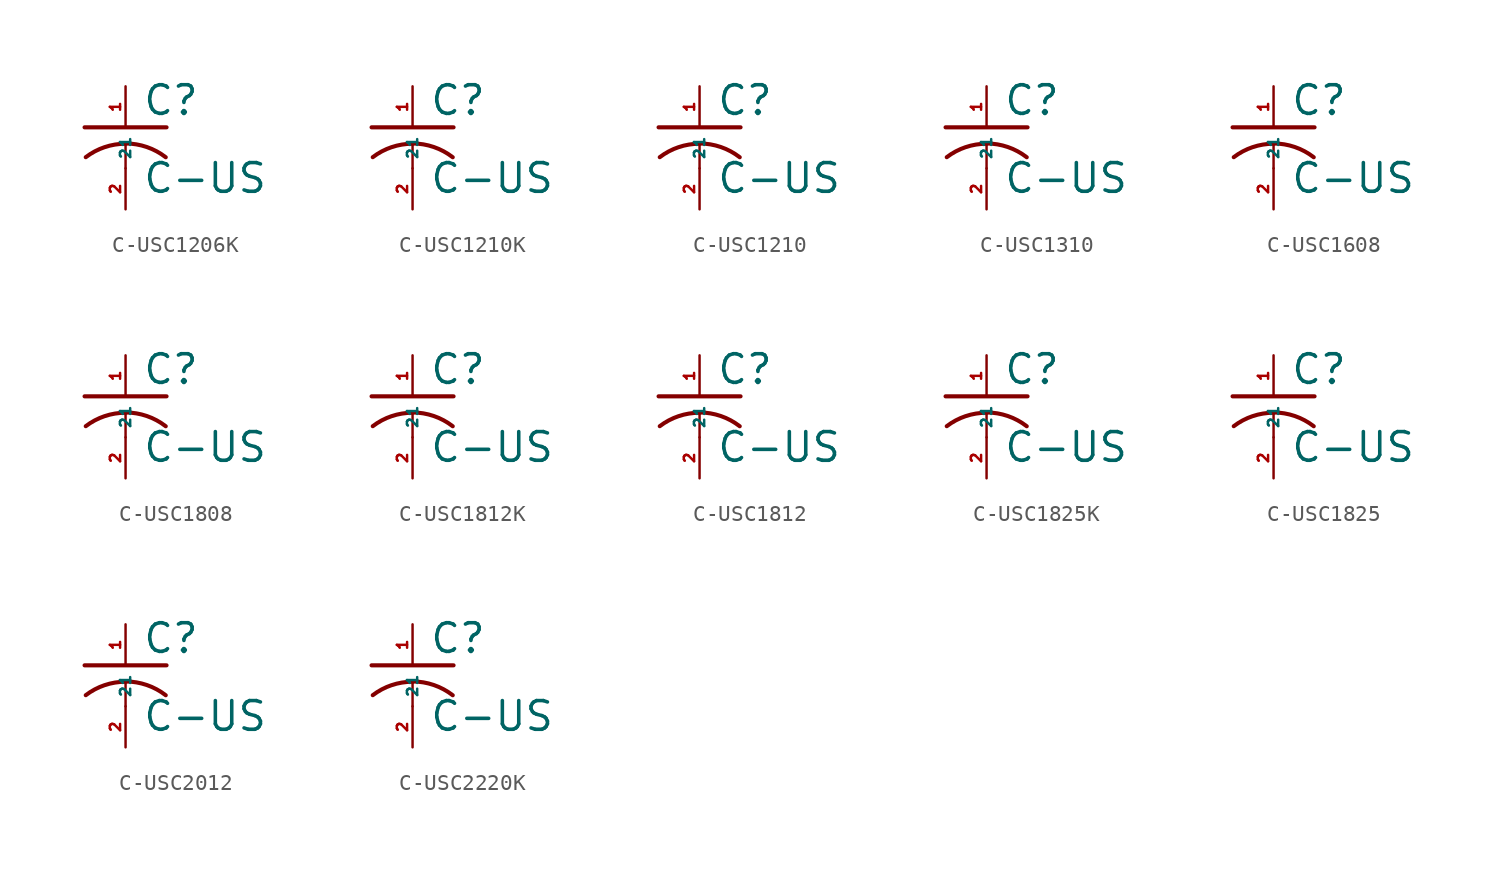
<source format=kicad_sym>
(kicad_symbol_lib
  (version 20220914)
  (generator Eagle2Kicad)
  (symbol "C-USC1206K"
    (property "Reference" "C"
      (at 1.016 0.635 0)
      (effects (font (size 1.778 1.778) (thickness 0.22)) (justify left bottom)))
    (property "Value" "C-US"
      (at 1.016 -4.191 0)
      (effects (font (size 1.778 1.778) (thickness 0.22)) (justify left bottom)))
    (polyline
      (pts (xy -2.54 0) (xy 2.54 0))
      (stroke (width 0.254) (type default))
      (fill (type none)))
    (polyline
      (pts (xy 0 -1.016) (xy 0 -2.54))
      (stroke (width 0.152) (type default))
      (fill (type none)))
    (arc
      (start 2.4892 -1.8542)
      (mid 1.316 -1.220)
      (end 0 -1)
      (stroke (width 0.254) (type default))
      (fill (type none)))
    (arc
      (start 0 -1.0161)
      (mid -1.302 -1.230)
      (end -2.4668 -1.8504)
      (stroke (width 0.254) (type default))
      (fill (type none)))
    (pin passive line
      (at 0 2.54 270)
      (length 2.54)
      (name "1" (effects (font (size 0.635 0.635) (thickness 0.08)) (justify left bottom)))
      (number "1" (effects (font (size 0.635 0.635) (thickness 0.08)) (justify left bottom))))
    (pin passive line
      (at 0 -5.08 90)
      (length 2.54)
      (name "2" (effects (font (size 0.635 0.635) (thickness 0.08)) (justify left bottom)))
      (number "2" (effects (font (size 0.635 0.635) (thickness 0.08)) (justify left bottom)))))
  (symbol "C-USC1210K"
    (property "Reference" "C"
      (at 1.016 0.635 0)
      (effects (font (size 1.778 1.778) (thickness 0.22)) (justify left bottom)))
    (property "Value" "C-US"
      (at 1.016 -4.191 0)
      (effects (font (size 1.778 1.778) (thickness 0.22)) (justify left bottom)))
    (polyline
      (pts (xy -2.54 0) (xy 2.54 0))
      (stroke (width 0.254) (type default))
      (fill (type none)))
    (polyline
      (pts (xy 0 -1.016) (xy 0 -2.54))
      (stroke (width 0.152) (type default))
      (fill (type none)))
    (arc
      (start 2.4892 -1.8542)
      (mid 1.316 -1.220)
      (end 0 -1)
      (stroke (width 0.254) (type default))
      (fill (type none)))
    (arc
      (start 0 -1.0161)
      (mid -1.302 -1.230)
      (end -2.4668 -1.8504)
      (stroke (width 0.254) (type default))
      (fill (type none)))
    (pin passive line
      (at 0 2.54 270)
      (length 2.54)
      (name "1" (effects (font (size 0.635 0.635) (thickness 0.08)) (justify left bottom)))
      (number "1" (effects (font (size 0.635 0.635) (thickness 0.08)) (justify left bottom))))
    (pin passive line
      (at 0 -5.08 90)
      (length 2.54)
      (name "2" (effects (font (size 0.635 0.635) (thickness 0.08)) (justify left bottom)))
      (number "2" (effects (font (size 0.635 0.635) (thickness 0.08)) (justify left bottom)))))
  (symbol "C-USC1210"
    (property "Reference" "C"
      (at 1.016 0.635 0)
      (effects (font (size 1.778 1.778) (thickness 0.22)) (justify left bottom)))
    (property "Value" "C-US"
      (at 1.016 -4.191 0)
      (effects (font (size 1.778 1.778) (thickness 0.22)) (justify left bottom)))
    (polyline
      (pts (xy -2.54 0) (xy 2.54 0))
      (stroke (width 0.254) (type default))
      (fill (type none)))
    (polyline
      (pts (xy 0 -1.016) (xy 0 -2.54))
      (stroke (width 0.152) (type default))
      (fill (type none)))
    (arc
      (start 2.4892 -1.8542)
      (mid 1.316 -1.220)
      (end 0 -1)
      (stroke (width 0.254) (type default))
      (fill (type none)))
    (arc
      (start 0 -1.0161)
      (mid -1.302 -1.230)
      (end -2.4668 -1.8504)
      (stroke (width 0.254) (type default))
      (fill (type none)))
    (pin passive line
      (at 0 2.54 270)
      (length 2.54)
      (name "1" (effects (font (size 0.635 0.635) (thickness 0.08)) (justify left bottom)))
      (number "1" (effects (font (size 0.635 0.635) (thickness 0.08)) (justify left bottom))))
    (pin passive line
      (at 0 -5.08 90)
      (length 2.54)
      (name "2" (effects (font (size 0.635 0.635) (thickness 0.08)) (justify left bottom)))
      (number "2" (effects (font (size 0.635 0.635) (thickness 0.08)) (justify left bottom)))))
  (symbol "C-USC1310"
    (property "Reference" "C"
      (at 1.016 0.635 0)
      (effects (font (size 1.778 1.778) (thickness 0.22)) (justify left bottom)))
    (property "Value" "C-US"
      (at 1.016 -4.191 0)
      (effects (font (size 1.778 1.778) (thickness 0.22)) (justify left bottom)))
    (polyline
      (pts (xy -2.54 0) (xy 2.54 0))
      (stroke (width 0.254) (type default))
      (fill (type none)))
    (polyline
      (pts (xy 0 -1.016) (xy 0 -2.54))
      (stroke (width 0.152) (type default))
      (fill (type none)))
    (arc
      (start 2.4892 -1.8542)
      (mid 1.316 -1.220)
      (end 0 -1)
      (stroke (width 0.254) (type default))
      (fill (type none)))
    (arc
      (start 0 -1.0161)
      (mid -1.302 -1.230)
      (end -2.4668 -1.8504)
      (stroke (width 0.254) (type default))
      (fill (type none)))
    (pin passive line
      (at 0 2.54 270)
      (length 2.54)
      (name "1" (effects (font (size 0.635 0.635) (thickness 0.08)) (justify left bottom)))
      (number "1" (effects (font (size 0.635 0.635) (thickness 0.08)) (justify left bottom))))
    (pin passive line
      (at 0 -5.08 90)
      (length 2.54)
      (name "2" (effects (font (size 0.635 0.635) (thickness 0.08)) (justify left bottom)))
      (number "2" (effects (font (size 0.635 0.635) (thickness 0.08)) (justify left bottom)))))
  (symbol "C-USC1608"
    (property "Reference" "C"
      (at 1.016 0.635 0)
      (effects (font (size 1.778 1.778) (thickness 0.22)) (justify left bottom)))
    (property "Value" "C-US"
      (at 1.016 -4.191 0)
      (effects (font (size 1.778 1.778) (thickness 0.22)) (justify left bottom)))
    (polyline
      (pts (xy -2.54 0) (xy 2.54 0))
      (stroke (width 0.254) (type default))
      (fill (type none)))
    (polyline
      (pts (xy 0 -1.016) (xy 0 -2.54))
      (stroke (width 0.152) (type default))
      (fill (type none)))
    (arc
      (start 2.4892 -1.8542)
      (mid 1.316 -1.220)
      (end 0 -1)
      (stroke (width 0.254) (type default))
      (fill (type none)))
    (arc
      (start 0 -1.0161)
      (mid -1.302 -1.230)
      (end -2.4668 -1.8504)
      (stroke (width 0.254) (type default))
      (fill (type none)))
    (pin passive line
      (at 0 2.54 270)
      (length 2.54)
      (name "1" (effects (font (size 0.635 0.635) (thickness 0.08)) (justify left bottom)))
      (number "1" (effects (font (size 0.635 0.635) (thickness 0.08)) (justify left bottom))))
    (pin passive line
      (at 0 -5.08 90)
      (length 2.54)
      (name "2" (effects (font (size 0.635 0.635) (thickness 0.08)) (justify left bottom)))
      (number "2" (effects (font (size 0.635 0.635) (thickness 0.08)) (justify left bottom)))))
  (symbol "C-USC1808"
    (property "Reference" "C"
      (at 1.016 0.635 0)
      (effects (font (size 1.778 1.778) (thickness 0.22)) (justify left bottom)))
    (property "Value" "C-US"
      (at 1.016 -4.191 0)
      (effects (font (size 1.778 1.778) (thickness 0.22)) (justify left bottom)))
    (polyline
      (pts (xy -2.54 0) (xy 2.54 0))
      (stroke (width 0.254) (type default))
      (fill (type none)))
    (polyline
      (pts (xy 0 -1.016) (xy 0 -2.54))
      (stroke (width 0.152) (type default))
      (fill (type none)))
    (arc
      (start 2.4892 -1.8542)
      (mid 1.316 -1.220)
      (end 0 -1)
      (stroke (width 0.254) (type default))
      (fill (type none)))
    (arc
      (start 0 -1.0161)
      (mid -1.302 -1.230)
      (end -2.4668 -1.8504)
      (stroke (width 0.254) (type default))
      (fill (type none)))
    (pin passive line
      (at 0 2.54 270)
      (length 2.54)
      (name "1" (effects (font (size 0.635 0.635) (thickness 0.08)) (justify left bottom)))
      (number "1" (effects (font (size 0.635 0.635) (thickness 0.08)) (justify left bottom))))
    (pin passive line
      (at 0 -5.08 90)
      (length 2.54)
      (name "2" (effects (font (size 0.635 0.635) (thickness 0.08)) (justify left bottom)))
      (number "2" (effects (font (size 0.635 0.635) (thickness 0.08)) (justify left bottom)))))
  (symbol "C-USC1812K"
    (property "Reference" "C"
      (at 1.016 0.635 0)
      (effects (font (size 1.778 1.778) (thickness 0.22)) (justify left bottom)))
    (property "Value" "C-US"
      (at 1.016 -4.191 0)
      (effects (font (size 1.778 1.778) (thickness 0.22)) (justify left bottom)))
    (polyline
      (pts (xy -2.54 0) (xy 2.54 0))
      (stroke (width 0.254) (type default))
      (fill (type none)))
    (polyline
      (pts (xy 0 -1.016) (xy 0 -2.54))
      (stroke (width 0.152) (type default))
      (fill (type none)))
    (arc
      (start 2.4892 -1.8542)
      (mid 1.316 -1.220)
      (end 0 -1)
      (stroke (width 0.254) (type default))
      (fill (type none)))
    (arc
      (start 0 -1.0161)
      (mid -1.302 -1.230)
      (end -2.4668 -1.8504)
      (stroke (width 0.254) (type default))
      (fill (type none)))
    (pin passive line
      (at 0 2.54 270)
      (length 2.54)
      (name "1" (effects (font (size 0.635 0.635) (thickness 0.08)) (justify left bottom)))
      (number "1" (effects (font (size 0.635 0.635) (thickness 0.08)) (justify left bottom))))
    (pin passive line
      (at 0 -5.08 90)
      (length 2.54)
      (name "2" (effects (font (size 0.635 0.635) (thickness 0.08)) (justify left bottom)))
      (number "2" (effects (font (size 0.635 0.635) (thickness 0.08)) (justify left bottom)))))
  (symbol "C-USC1812"
    (property "Reference" "C"
      (at 1.016 0.635 0)
      (effects (font (size 1.778 1.778) (thickness 0.22)) (justify left bottom)))
    (property "Value" "C-US"
      (at 1.016 -4.191 0)
      (effects (font (size 1.778 1.778) (thickness 0.22)) (justify left bottom)))
    (polyline
      (pts (xy -2.54 0) (xy 2.54 0))
      (stroke (width 0.254) (type default))
      (fill (type none)))
    (polyline
      (pts (xy 0 -1.016) (xy 0 -2.54))
      (stroke (width 0.152) (type default))
      (fill (type none)))
    (arc
      (start 2.4892 -1.8542)
      (mid 1.316 -1.220)
      (end 0 -1)
      (stroke (width 0.254) (type default))
      (fill (type none)))
    (arc
      (start 0 -1.0161)
      (mid -1.302 -1.230)
      (end -2.4668 -1.8504)
      (stroke (width 0.254) (type default))
      (fill (type none)))
    (pin passive line
      (at 0 2.54 270)
      (length 2.54)
      (name "1" (effects (font (size 0.635 0.635) (thickness 0.08)) (justify left bottom)))
      (number "1" (effects (font (size 0.635 0.635) (thickness 0.08)) (justify left bottom))))
    (pin passive line
      (at 0 -5.08 90)
      (length 2.54)
      (name "2" (effects (font (size 0.635 0.635) (thickness 0.08)) (justify left bottom)))
      (number "2" (effects (font (size 0.635 0.635) (thickness 0.08)) (justify left bottom)))))
  (symbol "C-USC1825K"
    (property "Reference" "C"
      (at 1.016 0.635 0)
      (effects (font (size 1.778 1.778) (thickness 0.22)) (justify left bottom)))
    (property "Value" "C-US"
      (at 1.016 -4.191 0)
      (effects (font (size 1.778 1.778) (thickness 0.22)) (justify left bottom)))
    (polyline
      (pts (xy -2.54 0) (xy 2.54 0))
      (stroke (width 0.254) (type default))
      (fill (type none)))
    (polyline
      (pts (xy 0 -1.016) (xy 0 -2.54))
      (stroke (width 0.152) (type default))
      (fill (type none)))
    (arc
      (start 2.4892 -1.8542)
      (mid 1.316 -1.220)
      (end 0 -1)
      (stroke (width 0.254) (type default))
      (fill (type none)))
    (arc
      (start 0 -1.0161)
      (mid -1.302 -1.230)
      (end -2.4668 -1.8504)
      (stroke (width 0.254) (type default))
      (fill (type none)))
    (pin passive line
      (at 0 2.54 270)
      (length 2.54)
      (name "1" (effects (font (size 0.635 0.635) (thickness 0.08)) (justify left bottom)))
      (number "1" (effects (font (size 0.635 0.635) (thickness 0.08)) (justify left bottom))))
    (pin passive line
      (at 0 -5.08 90)
      (length 2.54)
      (name "2" (effects (font (size 0.635 0.635) (thickness 0.08)) (justify left bottom)))
      (number "2" (effects (font (size 0.635 0.635) (thickness 0.08)) (justify left bottom)))))
  (symbol "C-USC1825"
    (property "Reference" "C"
      (at 1.016 0.635 0)
      (effects (font (size 1.778 1.778) (thickness 0.22)) (justify left bottom)))
    (property "Value" "C-US"
      (at 1.016 -4.191 0)
      (effects (font (size 1.778 1.778) (thickness 0.22)) (justify left bottom)))
    (polyline
      (pts (xy -2.54 0) (xy 2.54 0))
      (stroke (width 0.254) (type default))
      (fill (type none)))
    (polyline
      (pts (xy 0 -1.016) (xy 0 -2.54))
      (stroke (width 0.152) (type default))
      (fill (type none)))
    (arc
      (start 2.4892 -1.8542)
      (mid 1.316 -1.220)
      (end 0 -1)
      (stroke (width 0.254) (type default))
      (fill (type none)))
    (arc
      (start 0 -1.0161)
      (mid -1.302 -1.230)
      (end -2.4668 -1.8504)
      (stroke (width 0.254) (type default))
      (fill (type none)))
    (pin passive line
      (at 0 2.54 270)
      (length 2.54)
      (name "1" (effects (font (size 0.635 0.635) (thickness 0.08)) (justify left bottom)))
      (number "1" (effects (font (size 0.635 0.635) (thickness 0.08)) (justify left bottom))))
    (pin passive line
      (at 0 -5.08 90)
      (length 2.54)
      (name "2" (effects (font (size 0.635 0.635) (thickness 0.08)) (justify left bottom)))
      (number "2" (effects (font (size 0.635 0.635) (thickness 0.08)) (justify left bottom)))))
  (symbol "C-USC2012"
    (property "Reference" "C"
      (at 1.016 0.635 0)
      (effects (font (size 1.778 1.778) (thickness 0.22)) (justify left bottom)))
    (property "Value" "C-US"
      (at 1.016 -4.191 0)
      (effects (font (size 1.778 1.778) (thickness 0.22)) (justify left bottom)))
    (polyline
      (pts (xy -2.54 0) (xy 2.54 0))
      (stroke (width 0.254) (type default))
      (fill (type none)))
    (polyline
      (pts (xy 0 -1.016) (xy 0 -2.54))
      (stroke (width 0.152) (type default))
      (fill (type none)))
    (arc
      (start 2.4892 -1.8542)
      (mid 1.316 -1.220)
      (end 0 -1)
      (stroke (width 0.254) (type default))
      (fill (type none)))
    (arc
      (start 0 -1.0161)
      (mid -1.302 -1.230)
      (end -2.4668 -1.8504)
      (stroke (width 0.254) (type default))
      (fill (type none)))
    (pin passive line
      (at 0 2.54 270)
      (length 2.54)
      (name "1" (effects (font (size 0.635 0.635) (thickness 0.08)) (justify left bottom)))
      (number "1" (effects (font (size 0.635 0.635) (thickness 0.08)) (justify left bottom))))
    (pin passive line
      (at 0 -5.08 90)
      (length 2.54)
      (name "2" (effects (font (size 0.635 0.635) (thickness 0.08)) (justify left bottom)))
      (number "2" (effects (font (size 0.635 0.635) (thickness 0.08)) (justify left bottom)))))
  (symbol "C-USC2220K"
    (property "Reference" "C"
      (at 1.016 0.635 0)
      (effects (font (size 1.778 1.778) (thickness 0.22)) (justify left bottom)))
    (property "Value" "C-US"
      (at 1.016 -4.191 0)
      (effects (font (size 1.778 1.778) (thickness 0.22)) (justify left bottom)))
    (polyline
      (pts (xy -2.54 0) (xy 2.54 0))
      (stroke (width 0.254) (type default))
      (fill (type none)))
    (polyline
      (pts (xy 0 -1.016) (xy 0 -2.54))
      (stroke (width 0.152) (type default))
      (fill (type none)))
    (arc
      (start 2.4892 -1.8542)
      (mid 1.316 -1.220)
      (end 0 -1)
      (stroke (width 0.254) (type default))
      (fill (type none)))
    (arc
      (start 0 -1.0161)
      (mid -1.302 -1.230)
      (end -2.4668 -1.8504)
      (stroke (width 0.254) (type default))
      (fill (type none)))
    (pin passive line
      (at 0 2.54 270)
      (length 2.54)
      (name "1" (effects (font (size 0.635 0.635) (thickness 0.08)) (justify left bottom)))
      (number "1" (effects (font (size 0.635 0.635) (thickness 0.08)) (justify left bottom))))
    (pin passive line
      (at 0 -5.08 90)
      (length 2.54)
      (name "2" (effects (font (size 0.635 0.635) (thickness 0.08)) (justify left bottom)))
      (number "2" (effects (font (size 0.635 0.635) (thickness 0.08)) (justify left bottom))))))
</source>
